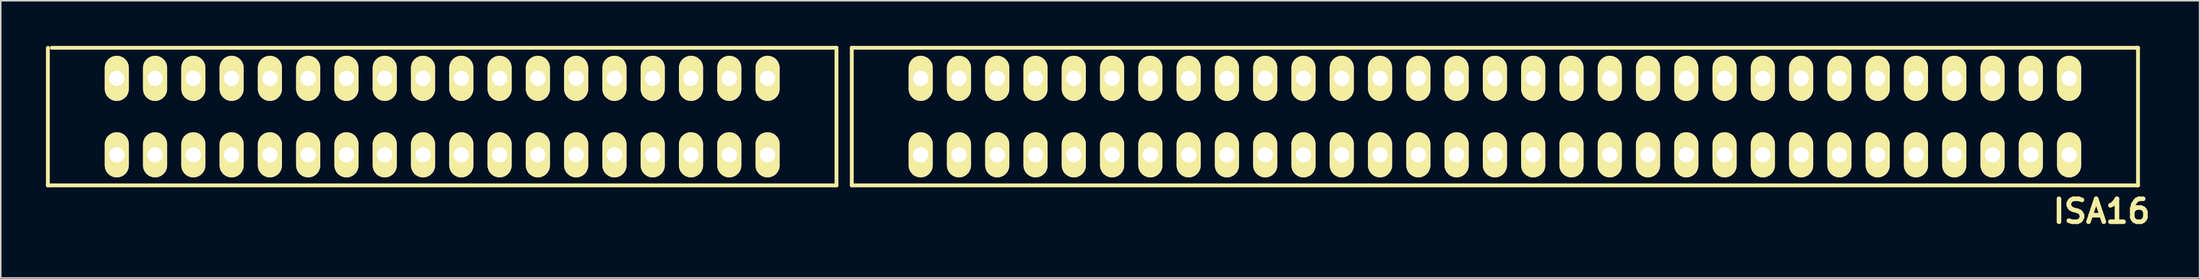
<source format=kicad_pcb>
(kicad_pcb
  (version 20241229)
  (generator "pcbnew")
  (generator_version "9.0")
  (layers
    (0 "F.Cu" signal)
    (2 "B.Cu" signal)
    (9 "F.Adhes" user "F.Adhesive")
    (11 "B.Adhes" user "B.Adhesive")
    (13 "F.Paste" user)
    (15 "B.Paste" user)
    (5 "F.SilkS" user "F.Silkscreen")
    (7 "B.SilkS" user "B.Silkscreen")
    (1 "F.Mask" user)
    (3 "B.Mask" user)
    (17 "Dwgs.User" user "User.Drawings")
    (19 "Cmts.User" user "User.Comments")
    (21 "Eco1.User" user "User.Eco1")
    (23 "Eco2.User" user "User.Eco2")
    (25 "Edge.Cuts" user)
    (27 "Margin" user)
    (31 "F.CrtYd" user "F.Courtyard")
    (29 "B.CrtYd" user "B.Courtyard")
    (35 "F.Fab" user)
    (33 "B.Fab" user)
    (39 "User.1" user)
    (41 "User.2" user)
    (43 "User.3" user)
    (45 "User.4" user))
  (footprint "ISA16"
    (layer "F.Cu")
    (at 69.469 4.699)
    (property "Reference" "ISA16" (at 66.929 6.299 180) (layer "F.SilkS") (effects (font (size 1.524 1.524) (thickness 0.305))))
    (attr through_hole)
    (fp_line (start -69.342 -4.572) (end -69.342 4.572) (stroke (width 0.254) (type solid)) (layer "F.SilkS"))
    (fp_line (start -69.088 -4.572) (end -17.018 -4.572) (stroke (width 0.254) (type solid)) (layer "F.SilkS"))
    (fp_line (start -17.018 -4.572) (end -17.018 4.572) (stroke (width 0.254) (type solid)) (layer "F.SilkS"))
    (fp_line (start -17.018 4.572) (end -69.342 4.572) (stroke (width 0.254) (type solid)) (layer "F.SilkS"))
    (fp_line (start -16.002 -4.572) (end 69.342 -4.572) (stroke (width 0.254) (type solid)) (layer "F.SilkS"))
    (fp_line (start -16.002 4.572) (end -16.002 -4.572) (stroke (width 0.254) (type solid)) (layer "F.SilkS"))
    (fp_line (start 69.342 -4.572) (end 69.342 4.572) (stroke (width 0.254) (type solid)) (layer "F.SilkS"))
    (fp_line (start 69.342 4.572) (end -16.002 4.572) (stroke (width 0.254) (type solid)) (layer "F.SilkS"))
    (pad "1" thru_hole oval (at 64.77 -2.54 180) (size 1.6 3) (drill 1.016) (layers "*.Cu" "*.Mask" "F.SilkS"))
    (pad "2" thru_hole oval (at 62.23 -2.54 180) (size 1.6 3) (drill 1.016) (layers "*.Cu" "*.Mask" "F.SilkS"))
    (pad "3" thru_hole oval (at 59.69 -2.54 180) (size 1.6 3) (drill 1.016) (layers "*.Cu" "*.Mask" "F.SilkS"))
    (pad "4" thru_hole oval (at 57.15 -2.54 180) (size 1.6 3) (drill 1.016) (layers "*.Cu" "*.Mask" "F.SilkS"))
    (pad "5" thru_hole oval (at 54.61 -2.54 180) (size 1.6 3) (drill 1.016) (layers "*.Cu" "*.Mask" "F.SilkS"))
    (pad "6" thru_hole oval (at 52.07 -2.54 180) (size 1.6 3) (drill 1.016) (layers "*.Cu" "*.Mask" "F.SilkS"))
    (pad "7" thru_hole oval (at 49.53 -2.54 180) (size 1.6 3) (drill 1.016) (layers "*.Cu" "*.Mask" "F.SilkS"))
    (pad "8" thru_hole oval (at 46.99 -2.54 180) (size 1.6 3) (drill 1.016) (layers "*.Cu" "*.Mask" "F.SilkS"))
    (pad "9" thru_hole oval (at 44.45 -2.54 180) (size 1.6 3) (drill 1.016) (layers "*.Cu" "*.Mask" "F.SilkS"))
    (pad "10" thru_hole oval (at 41.91 -2.54 180) (size 1.6 3) (drill 1.016) (layers "*.Cu" "*.Mask" "F.SilkS"))
    (pad "11" thru_hole oval (at 39.37 -2.54 180) (size 1.6 3) (drill 1.016) (layers "*.Cu" "*.Mask" "F.SilkS"))
    (pad "12" thru_hole oval (at 36.83 -2.54 180) (size 1.6 3) (drill 1.016) (layers "*.Cu" "*.Mask" "F.SilkS"))
    (pad "13" thru_hole oval (at 34.29 -2.54 180) (size 1.6 3) (drill 1.016) (layers "*.Cu" "*.Mask" "F.SilkS"))
    (pad "14" thru_hole oval (at 31.75 -2.54 180) (size 1.6 3) (drill 1.016) (layers "*.Cu" "*.Mask" "F.SilkS"))
    (pad "15" thru_hole oval (at 29.21 -2.54 180) (size 1.6 3) (drill 1.016) (layers "*.Cu" "*.Mask" "F.SilkS"))
    (pad "16" thru_hole oval (at 26.67 -2.54 180) (size 1.6 3) (drill 1.016) (layers "*.Cu" "*.Mask" "F.SilkS"))
    (pad "17" thru_hole oval (at 24.13 -2.54 180) (size 1.6 3) (drill 1.016) (layers "*.Cu" "*.Mask" "F.SilkS"))
    (pad "18" thru_hole oval (at 21.59 -2.54 180) (size 1.6 3) (drill 1.016) (layers "*.Cu" "*.Mask" "F.SilkS"))
    (pad "19" thru_hole oval (at 19.05 -2.54 180) (size 1.6 3) (drill 1.016) (layers "*.Cu" "*.Mask" "F.SilkS"))
    (pad "20" thru_hole oval (at 16.51 -2.54 180) (size 1.6 3) (drill 1.016) (layers "*.Cu" "*.Mask" "F.SilkS"))
    (pad "21" thru_hole oval (at 13.97 -2.54 180) (size 1.6 3) (drill 1.016) (layers "*.Cu" "*.Mask" "F.SilkS"))
    (pad "22" thru_hole oval (at 11.43 -2.54 180) (size 1.6 3) (drill 1.016) (layers "*.Cu" "*.Mask" "F.SilkS"))
    (pad "23" thru_hole oval (at 8.89 -2.54 180) (size 1.6 3) (drill 1.016) (layers "*.Cu" "*.Mask" "F.SilkS"))
    (pad "24" thru_hole oval (at 6.35 -2.54 180) (size 1.6 3) (drill 1.016) (layers "*.Cu" "*.Mask" "F.SilkS"))
    (pad "25" thru_hole oval (at 3.81 -2.54 180) (size 1.6 3) (drill 1.016) (layers "*.Cu" "*.Mask" "F.SilkS"))
    (pad "26" thru_hole oval (at 1.27 -2.54 180) (size 1.6 3) (drill 1.016) (layers "*.Cu" "*.Mask" "F.SilkS"))
    (pad "27" thru_hole oval (at -1.27 -2.54 180) (size 1.6 3) (drill 1.016) (layers "*.Cu" "*.Mask" "F.SilkS"))
    (pad "28" thru_hole oval (at -3.81 -2.54 180) (size 1.6 3) (drill 1.016) (layers "*.Cu" "*.Mask" "F.SilkS"))
    (pad "29" thru_hole oval (at -6.35 -2.54 180) (size 1.6 3) (drill 1.016) (layers "*.Cu" "*.Mask" "F.SilkS"))
    (pad "30" thru_hole oval (at -8.89 -2.54 180) (size 1.6 3) (drill 1.016) (layers "*.Cu" "*.Mask" "F.SilkS"))
    (pad "31" thru_hole oval (at -11.43 -2.54 180) (size 1.6 3) (drill 1.016) (layers "*.Cu" "*.Mask" "F.SilkS"))
    (pad "32" thru_hole oval (at 64.77 2.54 180) (size 1.6 3) (drill 1.016) (layers "*.Cu" "*.Mask" "F.SilkS"))
    (pad "33" thru_hole oval (at 62.23 2.54 180) (size 1.6 3) (drill 1.016) (layers "*.Cu" "*.Mask" "F.SilkS"))
    (pad "34" thru_hole oval (at 59.69 2.54 180) (size 1.6 3) (drill 1.016) (layers "*.Cu" "*.Mask" "F.SilkS"))
    (pad "35" thru_hole oval (at 57.15 2.54 180) (size 1.6 3) (drill 1.016) (layers "*.Cu" "*.Mask" "F.SilkS"))
    (pad "36" thru_hole oval (at 54.61 2.54 180) (size 1.6 3) (drill 1.016) (layers "*.Cu" "*.Mask" "F.SilkS"))
    (pad "37" thru_hole oval (at 52.07 2.54 180) (size 1.6 3) (drill 1.016) (layers "*.Cu" "*.Mask" "F.SilkS"))
    (pad "38" thru_hole oval (at 49.53 2.54 180) (size 1.6 3) (drill 1.016) (layers "*.Cu" "*.Mask" "F.SilkS"))
    (pad "39" thru_hole oval (at 46.99 2.54 180) (size 1.6 3) (drill 1.016) (layers "*.Cu" "*.Mask" "F.SilkS"))
    (pad "40" thru_hole oval (at 44.45 2.54 180) (size 1.6 3) (drill 1.016) (layers "*.Cu" "*.Mask" "F.SilkS"))
    (pad "41" thru_hole oval (at 41.91 2.54 180) (size 1.6 3) (drill 1.016) (layers "*.Cu" "*.Mask" "F.SilkS"))
    (pad "42" thru_hole oval (at 39.37 2.54 180) (size 1.6 3) (drill 1.016) (layers "*.Cu" "*.Mask" "F.SilkS"))
    (pad "43" thru_hole oval (at 36.83 2.54 180) (size 1.6 3) (drill 1.016) (layers "*.Cu" "*.Mask" "F.SilkS"))
    (pad "44" thru_hole oval (at 34.29 2.54 180) (size 1.6 3) (drill 1.016) (layers "*.Cu" "*.Mask" "F.SilkS"))
    (pad "45" thru_hole oval (at 31.75 2.54 180) (size 1.6 3) (drill 1.016) (layers "*.Cu" "*.Mask" "F.SilkS"))
    (pad "46" thru_hole oval (at 29.21 2.54 180) (size 1.6 3) (drill 1.016) (layers "*.Cu" "*.Mask" "F.SilkS"))
    (pad "47" thru_hole oval (at 26.67 2.54 180) (size 1.6 3) (drill 1.016) (layers "*.Cu" "*.Mask" "F.SilkS"))
    (pad "48" thru_hole oval (at 24.13 2.54 180) (size 1.6 3) (drill 1.016) (layers "*.Cu" "*.Mask" "F.SilkS"))
    (pad "49" thru_hole oval (at 21.59 2.54 180) (size 1.6 3) (drill 1.016) (layers "*.Cu" "*.Mask" "F.SilkS"))
    (pad "50" thru_hole oval (at 19.05 2.54 180) (size 1.6 3) (drill 1.016) (layers "*.Cu" "*.Mask" "F.SilkS"))
    (pad "51" thru_hole oval (at 16.51 2.54 180) (size 1.6 3) (drill 1.016) (layers "*.Cu" "*.Mask" "F.SilkS"))
    (pad "52" thru_hole oval (at 13.97 2.54 180) (size 1.6 3) (drill 1.016) (layers "*.Cu" "*.Mask" "F.SilkS"))
    (pad "53" thru_hole oval (at 11.43 2.54 180) (size 1.6 3) (drill 1.016) (layers "*.Cu" "*.Mask" "F.SilkS"))
    (pad "54" thru_hole oval (at 8.89 2.54 180) (size 1.6 3) (drill 1.016) (layers "*.Cu" "*.Mask" "F.SilkS"))
    (pad "55" thru_hole oval (at 6.35 2.54 180) (size 1.6 3) (drill 1.016) (layers "*.Cu" "*.Mask" "F.SilkS"))
    (pad "56" thru_hole oval (at 3.81 2.54 180) (size 1.6 3) (drill 1.016) (layers "*.Cu" "*.Mask" "F.SilkS"))
    (pad "57" thru_hole oval (at 1.27 2.54 180) (size 1.6 3) (drill 1.016) (layers "*.Cu" "*.Mask" "F.SilkS"))
    (pad "58" thru_hole oval (at -1.27 2.54 180) (size 1.6 3) (drill 1.016) (layers "*.Cu" "*.Mask" "F.SilkS"))
    (pad "59" thru_hole oval (at -3.81 2.54 180) (size 1.6 3) (drill 1.016) (layers "*.Cu" "*.Mask" "F.SilkS"))
    (pad "60" thru_hole oval (at -6.35 2.54 180) (size 1.6 3) (drill 1.016) (layers "*.Cu" "*.Mask" "F.SilkS"))
    (pad "61" thru_hole oval (at -8.89 2.54 180) (size 1.6 3) (drill 1.016) (layers "*.Cu" "*.Mask" "F.SilkS"))
    (pad "62" thru_hole oval (at -11.43 2.54 180) (size 1.6 3) (drill 1.016) (layers "*.Cu" "*.Mask" "F.SilkS"))
    (pad "63" thru_hole oval (at -21.59 -2.54 180) (size 1.6 3) (drill 1.016) (layers "*.Cu" "*.Mask" "F.SilkS"))
    (pad "64" thru_hole oval (at -24.13 -2.54 180) (size 1.6 3) (drill 1.016) (layers "*.Cu" "*.Mask" "F.SilkS"))
    (pad "65" thru_hole oval (at -26.67 -2.54 180) (size 1.6 3) (drill 1.016) (layers "*.Cu" "*.Mask" "F.SilkS"))
    (pad "66" thru_hole oval (at -29.21 -2.54 180) (size 1.6 3) (drill 1.016) (layers "*.Cu" "*.Mask" "F.SilkS"))
    (pad "67" thru_hole oval (at -31.75 -2.54 180) (size 1.6 3) (drill 1.016) (layers "*.Cu" "*.Mask" "F.SilkS"))
    (pad "68" thru_hole oval (at -34.29 -2.54 180) (size 1.6 3) (drill 1.016) (layers "*.Cu" "*.Mask" "F.SilkS"))
    (pad "69" thru_hole oval (at -36.83 -2.54 180) (size 1.6 3) (drill 1.016) (layers "*.Cu" "*.Mask" "F.SilkS"))
    (pad "70" thru_hole oval (at -39.37 -2.54 180) (size 1.6 3) (drill 1.016) (layers "*.Cu" "*.Mask" "F.SilkS"))
    (pad "71" thru_hole oval (at -41.91 -2.54 180) (size 1.6 3) (drill 1.016) (layers "*.Cu" "*.Mask" "F.SilkS"))
    (pad "72" thru_hole oval (at -44.45 -2.54 180) (size 1.6 3) (drill 1.016) (layers "*.Cu" "*.Mask" "F.SilkS"))
    (pad "73" thru_hole oval (at -46.99 -2.54 180) (size 1.6 3) (drill 1.016) (layers "*.Cu" "*.Mask" "F.SilkS"))
    (pad "74" thru_hole oval (at -49.53 -2.54 180) (size 1.6 3) (drill 1.016) (layers "*.Cu" "*.Mask" "F.SilkS"))
    (pad "75" thru_hole oval (at -52.07 -2.54 180) (size 1.6 3) (drill 1.016) (layers "*.Cu" "*.Mask" "F.SilkS"))
    (pad "76" thru_hole oval (at -54.61 -2.54 180) (size 1.6 3) (drill 1.016) (layers "*.Cu" "*.Mask" "F.SilkS"))
    (pad "77" thru_hole oval (at -57.15 -2.54 180) (size 1.6 3) (drill 1.016) (layers "*.Cu" "*.Mask" "F.SilkS"))
    (pad "78" thru_hole oval (at -59.69 -2.54 180) (size 1.6 3) (drill 1.016) (layers "*.Cu" "*.Mask" "F.SilkS"))
    (pad "79" thru_hole oval (at -62.23 -2.54 180) (size 1.6 3) (drill 1.016) (layers "*.Cu" "*.Mask" "F.SilkS"))
    (pad "80" thru_hole oval (at -64.77 -2.54 180) (size 1.6 3) (drill 1.016) (layers "*.Cu" "*.Mask" "F.SilkS"))
    (pad "81" thru_hole oval (at -21.59 2.54 180) (size 1.6 3) (drill 1.016) (layers "*.Cu" "*.Mask" "F.SilkS"))
    (pad "82" thru_hole oval (at -24.13 2.54 180) (size 1.6 3) (drill 1.016) (layers "*.Cu" "*.Mask" "F.SilkS"))
    (pad "83" thru_hole oval (at -26.67 2.54 180) (size 1.6 3) (drill 1.016) (layers "*.Cu" "*.Mask" "F.SilkS"))
    (pad "84" thru_hole oval (at -29.21 2.54 180) (size 1.6 3) (drill 1.016) (layers "*.Cu" "*.Mask" "F.SilkS"))
    (pad "85" thru_hole oval (at -31.75 2.54 180) (size 1.6 3) (drill 1.016) (layers "*.Cu" "*.Mask" "F.SilkS"))
    (pad "86" thru_hole oval (at -34.29 2.54 180) (size 1.6 3) (drill 1.016) (layers "*.Cu" "*.Mask" "F.SilkS"))
    (pad "87" thru_hole oval (at -36.83 2.54 180) (size 1.6 3) (drill 1.016) (layers "*.Cu" "*.Mask" "F.SilkS"))
    (pad "88" thru_hole oval (at -39.37 2.54 180) (size 1.6 3) (drill 1.016) (layers "*.Cu" "*.Mask" "F.SilkS"))
    (pad "89" thru_hole oval (at -41.91 2.54 180) (size 1.6 3) (drill 1.016) (layers "*.Cu" "*.Mask" "F.SilkS"))
    (pad "90" thru_hole oval (at -44.45 2.54 180) (size 1.6 3) (drill 1.016) (layers "*.Cu" "*.Mask" "F.SilkS"))
    (pad "91" thru_hole oval (at -46.99 2.54 180) (size 1.6 3) (drill 1.016) (layers "*.Cu" "*.Mask" "F.SilkS"))
    (pad "92" thru_hole oval (at -49.53 2.54 180) (size 1.6 3) (drill 1.016) (layers "*.Cu" "*.Mask" "F.SilkS"))
    (pad "93" thru_hole oval (at -52.07 2.54 180) (size 1.6 3) (drill 1.016) (layers "*.Cu" "*.Mask" "F.SilkS"))
    (pad "94" thru_hole oval (at -54.61 2.54 180) (size 1.6 3) (drill 1.016) (layers "*.Cu" "*.Mask" "F.SilkS"))
    (pad "95" thru_hole oval (at -57.15 2.54 180) (size 1.6 3) (drill 1.016) (layers "*.Cu" "*.Mask" "F.SilkS"))
    (pad "96" thru_hole oval (at -59.69 2.54 180) (size 1.6 3) (drill 1.016) (layers "*.Cu" "*.Mask" "F.SilkS"))
    (pad "97" thru_hole oval (at -62.23 2.54 180) (size 1.6 3) (drill 1.016) (layers "*.Cu" "*.Mask" "F.SilkS"))
    (pad "98" thru_hole oval (at -64.77 2.54 180) (size 1.6 3) (drill 1.016) (layers "*.Cu" "*.Mask" "F.SilkS")))
  (gr_rect
    (start -3 -3)
    (end 142.896 15.425)
    (stroke (width 0.1) (type default))
    (fill no)
    (layer "Edge.Cuts")))
</source>
